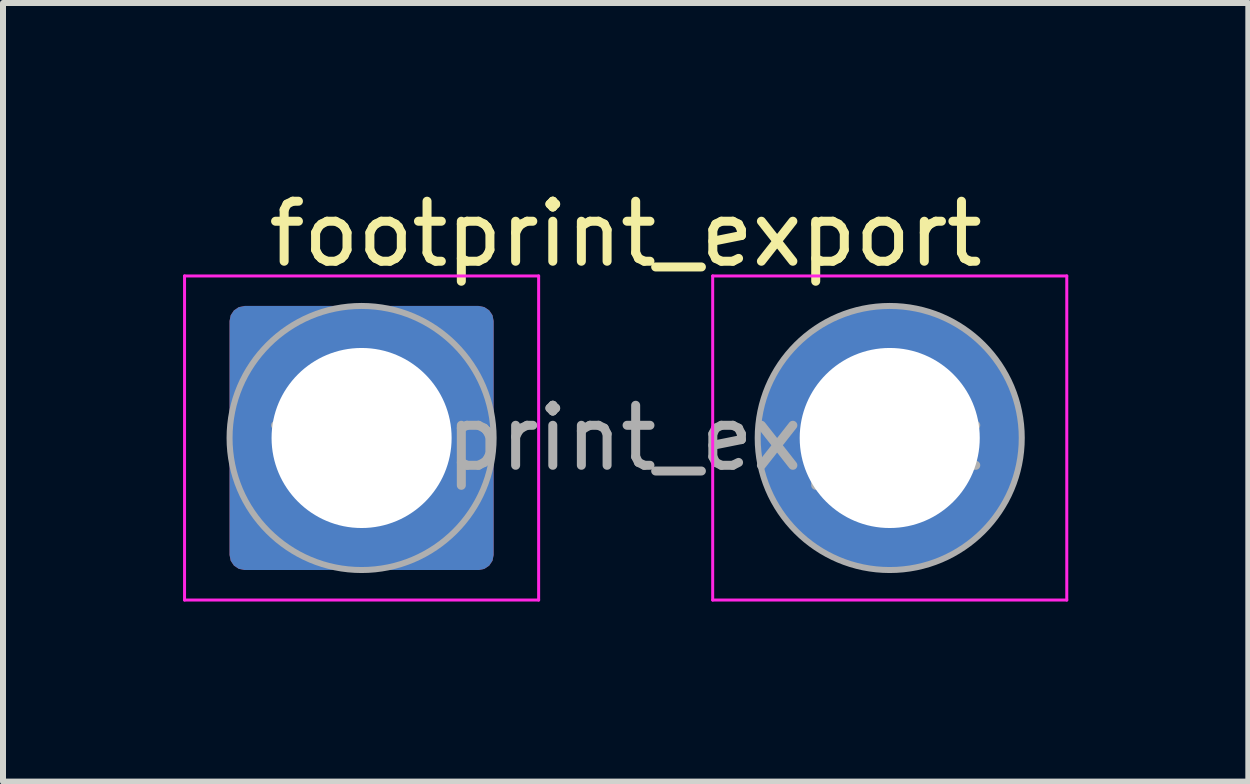
<source format=kicad_pcb>
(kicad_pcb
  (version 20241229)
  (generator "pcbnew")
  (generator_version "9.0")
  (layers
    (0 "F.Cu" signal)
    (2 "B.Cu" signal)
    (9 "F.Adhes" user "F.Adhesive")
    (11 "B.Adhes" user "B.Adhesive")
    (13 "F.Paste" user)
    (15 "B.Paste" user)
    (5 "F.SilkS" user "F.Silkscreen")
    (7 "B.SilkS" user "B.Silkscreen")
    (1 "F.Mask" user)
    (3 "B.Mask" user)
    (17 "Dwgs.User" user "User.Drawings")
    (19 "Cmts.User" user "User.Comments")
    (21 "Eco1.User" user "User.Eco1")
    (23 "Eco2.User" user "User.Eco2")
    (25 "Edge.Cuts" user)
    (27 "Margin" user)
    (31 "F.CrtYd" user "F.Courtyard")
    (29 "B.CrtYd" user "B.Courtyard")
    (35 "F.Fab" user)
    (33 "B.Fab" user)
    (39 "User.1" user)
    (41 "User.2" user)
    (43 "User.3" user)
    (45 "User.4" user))
  (footprint "footprint_export"
    (layer "F.Cu")
    (at 2.975 4.248)
    (property "Reference" "footprint_export" (at 4.4 -3.4 0) (layer "F.SilkS") (effects (font (size 1 1) (thickness 0.15))))
    (attr exclude_from_pos_files exclude_from_bom)
    (fp_line (start -2.95 -2.7) (end -2.95 2.7) (stroke (width 0.05) (type solid)) (layer "F.CrtYd"))
    (fp_line (start -2.95 2.7) (end 2.95 2.7) (stroke (width 0.05) (type solid)) (layer "F.CrtYd"))
    (fp_line (start 2.95 -2.7) (end -2.95 -2.7) (stroke (width 0.05) (type solid)) (layer "F.CrtYd"))
    (fp_line (start 2.95 2.7) (end 2.95 -2.7) (stroke (width 0.05) (type solid)) (layer "F.CrtYd"))
    (fp_line (start 5.85 -2.7) (end 5.85 2.7) (stroke (width 0.05) (type solid)) (layer "F.CrtYd"))
    (fp_line (start 5.85 2.7) (end 11.75 2.7) (stroke (width 0.05) (type solid)) (layer "F.CrtYd"))
    (fp_line (start 11.75 -2.7) (end 5.85 -2.7) (stroke (width 0.05) (type solid)) (layer "F.CrtYd"))
    (fp_line (start 11.75 2.7) (end 11.75 -2.7) (stroke (width 0.05) (type solid)) (layer "F.CrtYd"))
    (fp_circle (center 0 0) (end 2.2 0) (stroke (width 0.1) (type solid)) (fill no) (layer "F.Fab"))
    (fp_circle (center 8.8 0) (end 11 0) (stroke (width 0.1) (type solid)) (fill no) (layer "F.Fab"))
    (fp_text user "${REFERENCE}" (at 4.4 0 0) (layer "F.Fab") (effects (font (size 1 1) (thickness 0.15))))
    (pad "1" thru_hole roundrect (at 0 0) (size 4.4 4.4) (drill 3) (layers "*.Cu" "*.Mask") (roundrect_rratio 0.057))
    (pad "2" thru_hole circle (at 8.8 0) (size 4.4 4.4) (drill 3) (layers "*.Cu" "*.Mask")))
  (gr_rect
    (start -3 -3)
    (end 17.75 9.973)
    (stroke (width 0.1) (type default))
    (fill no)
    (layer "Edge.Cuts")))
</source>
